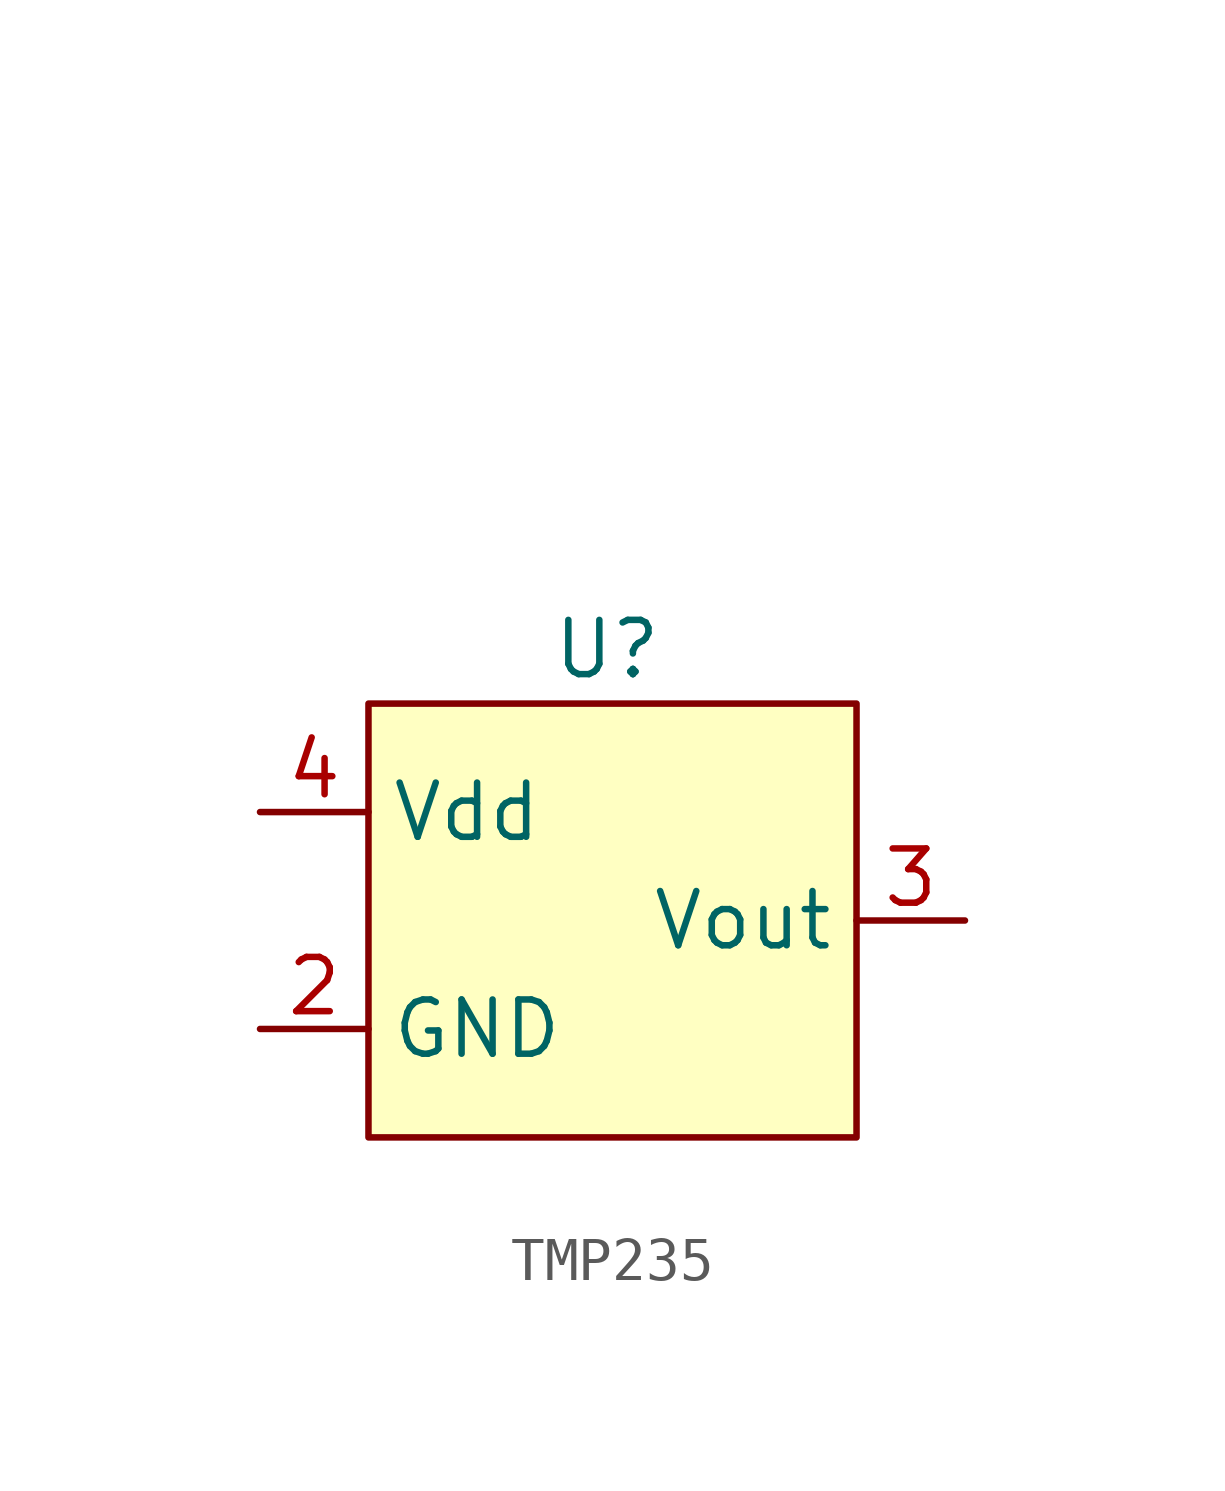
<source format=kicad_sym>
(kicad_symbol_lib
  (version 20231120)
  (generator "kicad_symbol_editor")
  (generator_version "8.0")
  (symbol "TMP235"
    (property "Reference" "U"
      (at 5.588 -8.89 0)
      (effects (font (size 1.27 1.27))))
    (property "Value" ""
      (at 0 0 0)
      (effects (font (size 1.27 1.27))))
    (symbol "TMP235_1_1"
      (rectangle (start 0 -10.16) (end 11.43 -20.32) (stroke (width 0) (type default)) (fill (type background)))
      (pin no_connect line (at 11.43 -11.43 180) (length 2.54) hide (name "NC" (effects (font (size 1.27 1.27)))) (number "1" (effects (font (size 1.27 1.27)))))
      (pin bidirectional line (at -2.54 -17.78 0) (length 2.54) (name "GND" (effects (font (size 1.27 1.27)))) (number "2" (effects (font (size 1.27 1.27)))))
      (pin bidirectional line (at 13.97 -15.24 180) (length 2.54) (name "Vout" (effects (font (size 1.27 1.27)))) (number "3" (effects (font (size 1.27 1.27)))))
      (pin bidirectional line (at -2.54 -12.7 0) (length 2.54) (name "Vdd" (effects (font (size 1.27 1.27)))) (number "4" (effects (font (size 1.27 1.27)))))
      (pin no_connect line (at 11.43 -12.7 180) (length 2.54) hide (name "NC" (effects (font (size 1.27 1.27)))) (number "5" (effects (font (size 1.27 1.27))))))))
</source>
